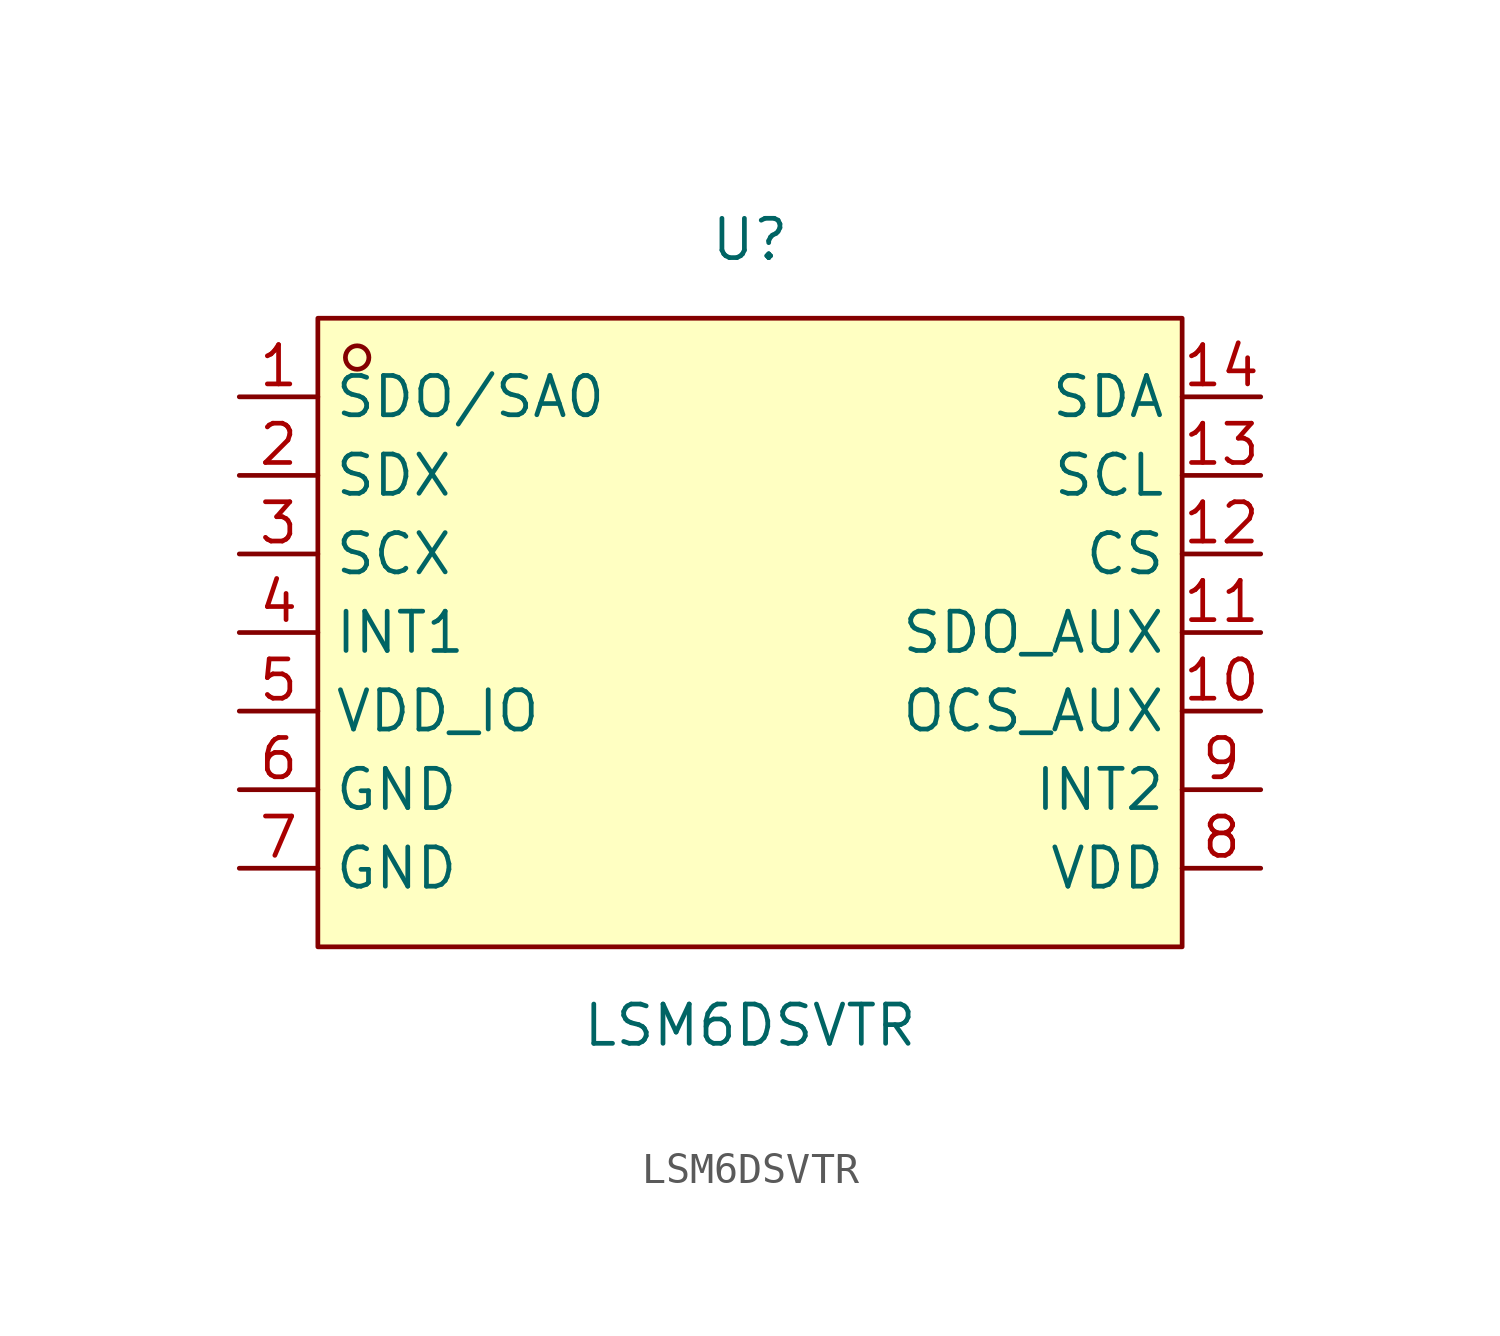
<source format=kicad_sym>
(kicad_symbol_lib
  (version 20211014)
  (generator https://github.com/uPesy/easyeda2kicad.py)
  (symbol "LSM6DSVTR"
    (property "Reference" "U"
      (at 0 12.70 0)
      (effects (font (size 1.27 1.27))))
    (property "Value" "LSM6DSVTR"
      (at 0 -12.70 0)
      (effects (font (size 1.27 1.27))))
    (symbol "LSM6DSVTR_0_1"
      (rectangle (start -13.97 10.16) (end 13.97 -10.16) (stroke (width 0) (type default) (color 0 0 0 0)) (fill (type background)))
      (circle (center -12.70 8.89) (radius 0.38) (stroke (width 0) (type default) (color 0 0 0 0)) (fill (type none)))
      (pin unspecified line (at -16.51 7.62 0) (length 2.54) (name "SDO/SA0" (effects (font (size 1.27 1.27)))) (number "1" (effects (font (size 1.27 1.27)))))
      (pin unspecified line (at -16.51 5.08 0) (length 2.54) (name "SDX" (effects (font (size 1.27 1.27)))) (number "2" (effects (font (size 1.27 1.27)))))
      (pin unspecified line (at -16.51 2.54 0) (length 2.54) (name "SCX" (effects (font (size 1.27 1.27)))) (number "3" (effects (font (size 1.27 1.27)))))
      (pin unspecified line (at -16.51 -0.00 0) (length 2.54) (name "INT1" (effects (font (size 1.27 1.27)))) (number "4" (effects (font (size 1.27 1.27)))))
      (pin unspecified line (at -16.51 -2.54 0) (length 2.54) (name "VDD_IO" (effects (font (size 1.27 1.27)))) (number "5" (effects (font (size 1.27 1.27)))))
      (pin unspecified line (at -16.51 -5.08 0) (length 2.54) (name "GND" (effects (font (size 1.27 1.27)))) (number "6" (effects (font (size 1.27 1.27)))))
      (pin unspecified line (at -16.51 -7.62 0) (length 2.54) (name "GND" (effects (font (size 1.27 1.27)))) (number "7" (effects (font (size 1.27 1.27)))))
      (pin unspecified line (at 16.51 -7.62 180) (length 2.54) (name "VDD" (effects (font (size 1.27 1.27)))) (number "8" (effects (font (size 1.27 1.27)))))
      (pin unspecified line (at 16.51 -5.08 180) (length 2.54) (name "INT2" (effects (font (size 1.27 1.27)))) (number "9" (effects (font (size 1.27 1.27)))))
      (pin unspecified line (at 16.51 -2.54 180) (length 2.54) (name "OCS_AUX" (effects (font (size 1.27 1.27)))) (number "10" (effects (font (size 1.27 1.27)))))
      (pin unspecified line (at 16.51 -0.00 180) (length 2.54) (name "SDO_AUX" (effects (font (size 1.27 1.27)))) (number "11" (effects (font (size 1.27 1.27)))))
      (pin unspecified line (at 16.51 2.54 180) (length 2.54) (name "CS" (effects (font (size 1.27 1.27)))) (number "12" (effects (font (size 1.27 1.27)))))
      (pin unspecified line (at 16.51 5.08 180) (length 2.54) (name "SCL" (effects (font (size 1.27 1.27)))) (number "13" (effects (font (size 1.27 1.27)))))
      (pin unspecified line (at 16.51 7.62 180) (length 2.54) (name "SDA" (effects (font (size 1.27 1.27)))) (number "14" (effects (font (size 1.27 1.27))))))))
</source>
